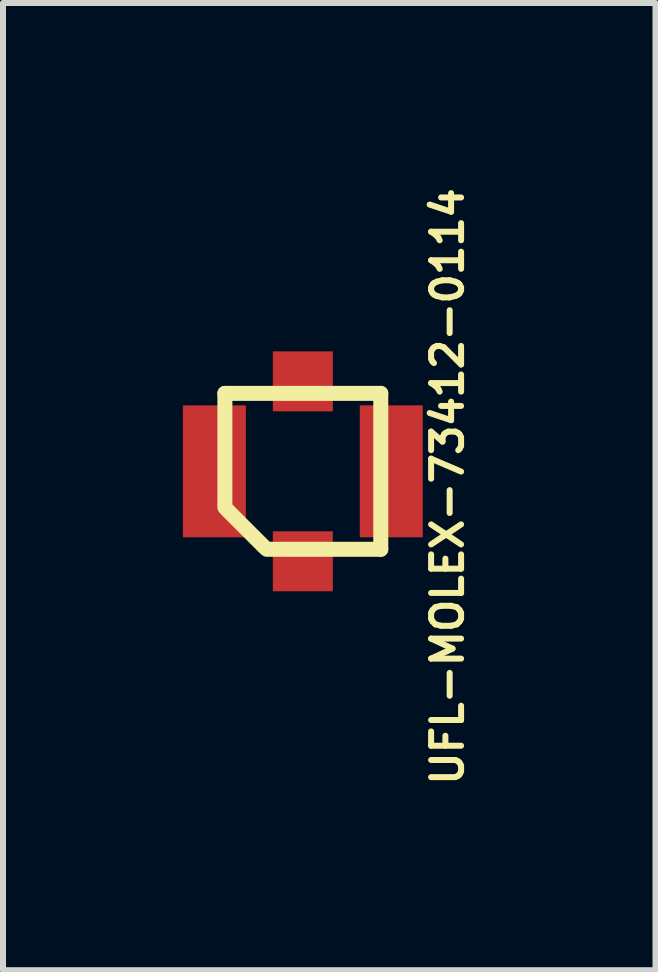
<source format=kicad_pcb>
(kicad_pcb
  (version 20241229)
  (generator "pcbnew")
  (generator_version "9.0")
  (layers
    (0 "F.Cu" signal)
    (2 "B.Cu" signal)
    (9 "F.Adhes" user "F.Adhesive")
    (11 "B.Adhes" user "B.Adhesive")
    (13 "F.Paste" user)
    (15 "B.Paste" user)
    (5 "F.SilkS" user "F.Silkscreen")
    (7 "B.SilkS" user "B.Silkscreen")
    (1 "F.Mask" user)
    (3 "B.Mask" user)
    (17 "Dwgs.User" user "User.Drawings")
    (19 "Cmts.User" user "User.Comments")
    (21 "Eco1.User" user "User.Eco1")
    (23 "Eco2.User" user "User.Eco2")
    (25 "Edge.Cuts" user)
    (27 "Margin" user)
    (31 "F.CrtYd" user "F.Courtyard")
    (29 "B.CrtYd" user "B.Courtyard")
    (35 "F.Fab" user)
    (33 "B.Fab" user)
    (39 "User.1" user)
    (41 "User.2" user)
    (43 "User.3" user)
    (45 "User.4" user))
  (footprint "UFL-MOLEX-73412-0114"
    (layer "F.Cu")
    (at 2 4.81)
    (property "Reference" "UFL-MOLEX-73412-0114" (at 2.413 0.254 90) (layer "F.SilkS") (effects (font (size 0.5 0.5) (thickness 0.1))))
    (attr smd)
    (fp_line (start -1.3 -1.3) (end 1.3 -1.3) (stroke (width 0.25) (type solid)) (layer "F.SilkS"))
    (fp_line (start -1.3 0.6) (end -1.3 -1.3) (stroke (width 0.25) (type solid)) (layer "F.SilkS"))
    (fp_line (start -0.635 1.27) (end -1.27 0.635) (stroke (width 0.25) (type solid)) (layer "F.SilkS"))
    (fp_line (start 1.3 -1.3) (end 1.3 1.3) (stroke (width 0.25) (type solid)) (layer "F.SilkS"))
    (fp_line (start 1.3 1.3) (end -0.6 1.3) (stroke (width 0.25) (type solid)) (layer "F.SilkS"))
    (pad "1" smd rect (at 0 1.5) (size 1 1) (layers "F.Cu" "F.Mask" "F.Paste"))
    (pad "2" smd rect (at -1.475 0) (size 1.05 2.2) (layers "F.Cu" "F.Mask" "F.Paste"))
    (pad "2" smd rect (at 0 -1.5) (size 1 1) (layers "F.Cu" "F.Mask" "F.Paste"))
    (pad "2" smd rect (at 1.475 0) (size 1.05 2.2) (layers "F.Cu" "F.Mask" "F.Paste")))
  (gr_rect
    (start -3 -3)
    (end 7.881 13.129)
    (stroke (width 0.1) (type default))
    (fill no)
    (layer "Edge.Cuts")))
</source>
